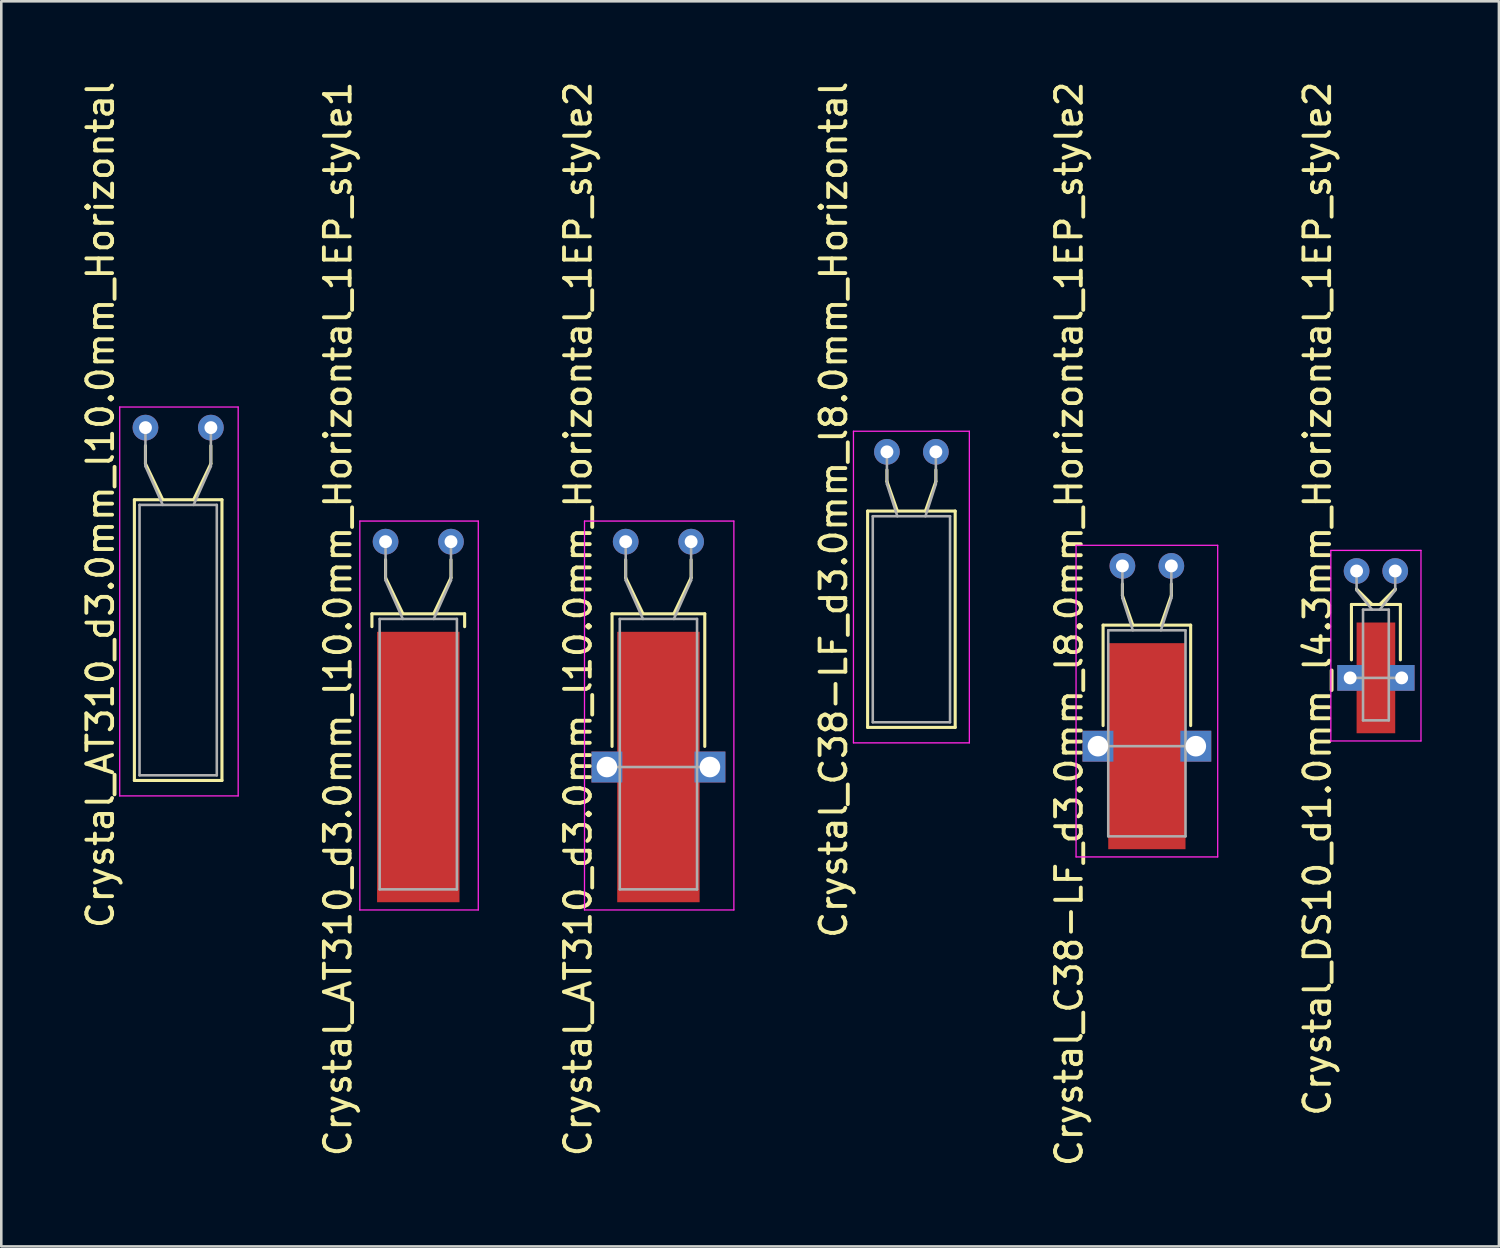
<source format=kicad_pcb>
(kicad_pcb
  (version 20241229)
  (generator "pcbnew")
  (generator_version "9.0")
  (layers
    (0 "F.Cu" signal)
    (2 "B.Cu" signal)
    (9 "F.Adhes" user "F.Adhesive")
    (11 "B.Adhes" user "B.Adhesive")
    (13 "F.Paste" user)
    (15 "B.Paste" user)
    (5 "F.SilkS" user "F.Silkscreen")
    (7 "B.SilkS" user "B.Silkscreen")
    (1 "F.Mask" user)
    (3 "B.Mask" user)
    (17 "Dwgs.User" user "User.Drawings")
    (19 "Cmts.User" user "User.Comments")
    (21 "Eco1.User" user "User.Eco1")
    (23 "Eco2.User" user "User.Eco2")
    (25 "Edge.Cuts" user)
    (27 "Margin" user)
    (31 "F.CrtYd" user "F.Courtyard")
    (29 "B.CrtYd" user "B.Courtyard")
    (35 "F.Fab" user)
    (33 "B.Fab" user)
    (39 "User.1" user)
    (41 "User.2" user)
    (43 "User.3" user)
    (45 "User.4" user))
  (footprint "Crystal_AT310_d3.0mm_l10.0mm_Horizontal_1EP_style1"
    (layer "F.Cu")
    (at 11.921 17.982)
    (property "Reference" "Crystal_AT310_d3.0mm_l10.0mm_Horizontal_1EP_style1" (at -1.85 3 90) (layer "F.SilkS") (effects (font (size 1 1) (thickness 0.15))))
    (attr through_hole)
    (fp_line (start -0.53 2.8) (end 3.07 2.8) (stroke (width 0.12) (type solid)) (layer "F.SilkS"))
    (fp_line (start -0.53 3.3) (end -0.53 2.8) (stroke (width 0.12) (type solid)) (layer "F.SilkS"))
    (fp_line (start 0 1.4) (end 0 0.7) (stroke (width 0.12) (type solid)) (layer "F.SilkS"))
    (fp_line (start 0.67 2.8) (end 0 1.4) (stroke (width 0.12) (type solid)) (layer "F.SilkS"))
    (fp_line (start 1.87 2.8) (end 2.54 1.4) (stroke (width 0.12) (type solid)) (layer "F.SilkS"))
    (fp_line (start 2.54 1.4) (end 2.54 0.7) (stroke (width 0.12) (type solid)) (layer "F.SilkS"))
    (fp_line (start 3.07 2.8) (end 3.07 3.3) (stroke (width 0.12) (type solid)) (layer "F.SilkS"))
    (fp_line (start -1 -0.8) (end -1 14.3) (stroke (width 0.05) (type solid)) (layer "F.CrtYd"))
    (fp_line (start -1 14.3) (end 3.6 14.3) (stroke (width 0.05) (type solid)) (layer "F.CrtYd"))
    (fp_line (start 3.6 -0.8) (end -1 -0.8) (stroke (width 0.05) (type solid)) (layer "F.CrtYd"))
    (fp_line (start 3.6 14.3) (end 3.6 -0.8) (stroke (width 0.05) (type solid)) (layer "F.CrtYd"))
    (fp_line (start -0.23 3) (end -0.23 13.5) (stroke (width 0.1) (type solid)) (layer "F.Fab"))
    (fp_line (start -0.23 13.5) (end 2.77 13.5) (stroke (width 0.1) (type solid)) (layer "F.Fab"))
    (fp_line (start 0 1.5) (end 0 0) (stroke (width 0.1) (type solid)) (layer "F.Fab"))
    (fp_line (start 0.67 3) (end 0 1.5) (stroke (width 0.1) (type solid)) (layer "F.Fab"))
    (fp_line (start 1.87 3) (end 2.54 1.5) (stroke (width 0.1) (type solid)) (layer "F.Fab"))
    (fp_line (start 2.54 1.5) (end 2.54 0) (stroke (width 0.1) (type solid)) (layer "F.Fab"))
    (fp_line (start 2.77 3) (end -0.23 3) (stroke (width 0.1) (type solid)) (layer "F.Fab"))
    (fp_line (start 2.77 13.5) (end 2.77 3) (stroke (width 0.1) (type solid)) (layer "F.Fab"))
    (pad "1" thru_hole circle (at 0 0) (size 1 1) (drill 0.5) (layers "*.Cu" "*.Mask"))
    (pad "2" thru_hole circle (at 2.54 0) (size 1 1) (drill 0.5) (layers "*.Cu" "*.Mask"))
    (pad "3" smd rect (at 1.27 8.75) (size 3.2 10.5) (layers "F.Cu" "F.Mask")))
  (footprint "Crystal_AT310_d3.0mm_l10.0mm_Horizontal"
    (layer "F.Cu")
    (at 2.598 13.554)
    (property "Reference" "Crystal_AT310_d3.0mm_l10.0mm_Horizontal" (at -1.75 3 90) (layer "F.SilkS") (effects (font (size 1 1) (thickness 0.15))))
    (attr through_hole)
    (fp_line (start -0.43 2.8) (end -0.43 13.7) (stroke (width 0.12) (type solid)) (layer "F.SilkS"))
    (fp_line (start -0.43 13.7) (end 2.97 13.7) (stroke (width 0.12) (type solid)) (layer "F.SilkS"))
    (fp_line (start 0 1.4) (end 0 0.7) (stroke (width 0.12) (type solid)) (layer "F.SilkS"))
    (fp_line (start 0.67 2.8) (end 0 1.4) (stroke (width 0.12) (type solid)) (layer "F.SilkS"))
    (fp_line (start 1.87 2.8) (end 2.54 1.4) (stroke (width 0.12) (type solid)) (layer "F.SilkS"))
    (fp_line (start 2.54 1.4) (end 2.54 0.7) (stroke (width 0.12) (type solid)) (layer "F.SilkS"))
    (fp_line (start 2.97 2.8) (end -0.43 2.8) (stroke (width 0.12) (type solid)) (layer "F.SilkS"))
    (fp_line (start 2.97 13.7) (end 2.97 2.8) (stroke (width 0.12) (type solid)) (layer "F.SilkS"))
    (fp_line (start -1 -0.8) (end -1 14.3) (stroke (width 0.05) (type solid)) (layer "F.CrtYd"))
    (fp_line (start -1 14.3) (end 3.6 14.3) (stroke (width 0.05) (type solid)) (layer "F.CrtYd"))
    (fp_line (start 3.6 -0.8) (end -1 -0.8) (stroke (width 0.05) (type solid)) (layer "F.CrtYd"))
    (fp_line (start 3.6 14.3) (end 3.6 -0.8) (stroke (width 0.05) (type solid)) (layer "F.CrtYd"))
    (fp_line (start -0.23 3) (end -0.23 13.5) (stroke (width 0.1) (type solid)) (layer "F.Fab"))
    (fp_line (start -0.23 13.5) (end 2.77 13.5) (stroke (width 0.1) (type solid)) (layer "F.Fab"))
    (fp_line (start 0 1.5) (end 0 0) (stroke (width 0.1) (type solid)) (layer "F.Fab"))
    (fp_line (start 0.67 3) (end 0 1.5) (stroke (width 0.1) (type solid)) (layer "F.Fab"))
    (fp_line (start 1.87 3) (end 2.54 1.5) (stroke (width 0.1) (type solid)) (layer "F.Fab"))
    (fp_line (start 2.54 1.5) (end 2.54 0) (stroke (width 0.1) (type solid)) (layer "F.Fab"))
    (fp_line (start 2.77 3) (end -0.23 3) (stroke (width 0.1) (type solid)) (layer "F.Fab"))
    (fp_line (start 2.77 13.5) (end 2.77 3) (stroke (width 0.1) (type solid)) (layer "F.Fab"))
    (pad "1" thru_hole circle (at 0 0) (size 1 1) (drill 0.5) (layers "*.Cu" "*.Mask"))
    (pad "2" thru_hole circle (at 2.54 0) (size 1 1) (drill 0.5) (layers "*.Cu" "*.Mask")))
  (footprint "Crystal_C38-LF_d3.0mm_l8.0mm_Horizontal"
    (layer "F.Cu")
    (at 31.388 14.494)
    (property "Reference" "Crystal_C38-LF_d3.0mm_l8.0mm_Horizontal" (at -2.07 2.25 90) (layer "F.SilkS") (effects (font (size 1 1) (thickness 0.15))))
    (attr through_hole)
    (fp_line (start -0.75 2.3) (end -0.75 10.7) (stroke (width 0.12) (type solid)) (layer "F.SilkS"))
    (fp_line (start -0.75 10.7) (end 2.65 10.7) (stroke (width 0.12) (type solid)) (layer "F.SilkS"))
    (fp_line (start 0 1.15) (end 0 0.7) (stroke (width 0.12) (type solid)) (layer "F.SilkS"))
    (fp_line (start 0.405 2.3) (end 0 1.15) (stroke (width 0.12) (type solid)) (layer "F.SilkS"))
    (fp_line (start 1.495 2.3) (end 1.9 1.15) (stroke (width 0.12) (type solid)) (layer "F.SilkS"))
    (fp_line (start 1.9 1.15) (end 1.9 0.7) (stroke (width 0.12) (type solid)) (layer "F.SilkS"))
    (fp_line (start 2.65 2.3) (end -0.75 2.3) (stroke (width 0.12) (type solid)) (layer "F.SilkS"))
    (fp_line (start 2.65 10.7) (end 2.65 2.3) (stroke (width 0.12) (type solid)) (layer "F.SilkS"))
    (fp_line (start -1.3 -0.8) (end -1.3 11.3) (stroke (width 0.05) (type solid)) (layer "F.CrtYd"))
    (fp_line (start -1.3 11.3) (end 3.2 11.3) (stroke (width 0.05) (type solid)) (layer "F.CrtYd"))
    (fp_line (start 3.2 -0.8) (end -1.3 -0.8) (stroke (width 0.05) (type solid)) (layer "F.CrtYd"))
    (fp_line (start 3.2 11.3) (end 3.2 -0.8) (stroke (width 0.05) (type solid)) (layer "F.CrtYd"))
    (fp_line (start -0.55 2.5) (end -0.55 10.5) (stroke (width 0.1) (type solid)) (layer "F.Fab"))
    (fp_line (start -0.55 10.5) (end 2.45 10.5) (stroke (width 0.1) (type solid)) (layer "F.Fab"))
    (fp_line (start 0 1.25) (end 0 0) (stroke (width 0.1) (type solid)) (layer "F.Fab"))
    (fp_line (start 0.405 2.5) (end 0 1.25) (stroke (width 0.1) (type solid)) (layer "F.Fab"))
    (fp_line (start 1.495 2.5) (end 1.9 1.25) (stroke (width 0.1) (type solid)) (layer "F.Fab"))
    (fp_line (start 1.9 1.25) (end 1.9 0) (stroke (width 0.1) (type solid)) (layer "F.Fab"))
    (fp_line (start 2.45 2.5) (end -0.55 2.5) (stroke (width 0.1) (type solid)) (layer "F.Fab"))
    (fp_line (start 2.45 10.5) (end 2.45 2.5) (stroke (width 0.1) (type solid)) (layer "F.Fab"))
    (pad "1" thru_hole circle (at 0 0) (size 1 1) (drill 0.5) (layers "*.Cu" "*.Mask"))
    (pad "2" thru_hole circle (at 1.9 0) (size 1 1) (drill 0.5) (layers "*.Cu" "*.Mask")))
  (footprint "Crystal_DS10_d1.0mm_l4.3mm_Horizontal_1EP_style2"
    (layer "F.Cu")
    (at 49.624 19.121)
    (property "Reference" "Crystal_DS10_d1.0mm_l4.3mm_Horizontal_1EP_style2" (at -1.52 1.075 90) (layer "F.SilkS") (effects (font (size 1 1) (thickness 0.15))))
    (attr through_hole)
    (fp_line (start -0.2 1.3) (end 1.7 1.3) (stroke (width 0.12) (type solid)) (layer "F.SilkS"))
    (fp_line (start -0.2 3.45) (end -0.2 1.3) (stroke (width 0.12) (type solid)) (layer "F.SilkS"))
    (fp_line (start 0 0.7) (end 0 0.7) (stroke (width 0.12) (type solid)) (layer "F.SilkS"))
    (fp_line (start 0.6 1.3) (end 0 0.7) (stroke (width 0.12) (type solid)) (layer "F.SilkS"))
    (fp_line (start 0.9 1.3) (end 1.5 0.7) (stroke (width 0.12) (type solid)) (layer "F.SilkS"))
    (fp_line (start 1.5 0.7) (end 1.5 0.7) (stroke (width 0.12) (type solid)) (layer "F.SilkS"))
    (fp_line (start 1.7 1.3) (end 1.7 3.45) (stroke (width 0.12) (type solid)) (layer "F.SilkS"))
    (fp_line (start -1 -0.8) (end -1 6.6) (stroke (width 0.05) (type solid)) (layer "F.CrtYd"))
    (fp_line (start -1 6.6) (end 2.5 6.6) (stroke (width 0.05) (type solid)) (layer "F.CrtYd"))
    (fp_line (start 2.5 -0.8) (end -1 -0.8) (stroke (width 0.05) (type solid)) (layer "F.CrtYd"))
    (fp_line (start 2.5 6.6) (end 2.5 -0.8) (stroke (width 0.05) (type solid)) (layer "F.CrtYd"))
    (fp_line (start -0.25 4.15) (end 1.75 4.15) (stroke (width 0.1) (type solid)) (layer "F.Fab"))
    (fp_line (start 0 0.75) (end 0 0) (stroke (width 0.1) (type solid)) (layer "F.Fab"))
    (fp_line (start 0.25 1.5) (end 0.25 5.8) (stroke (width 0.1) (type solid)) (layer "F.Fab"))
    (fp_line (start 0.25 5.8) (end 1.25 5.8) (stroke (width 0.1) (type solid)) (layer "F.Fab"))
    (fp_line (start 0.6 1.5) (end 0 0.75) (stroke (width 0.1) (type solid)) (layer "F.Fab"))
    (fp_line (start 0.9 1.5) (end 1.5 0.75) (stroke (width 0.1) (type solid)) (layer "F.Fab"))
    (fp_line (start 1.25 1.5) (end 0.25 1.5) (stroke (width 0.1) (type solid)) (layer "F.Fab"))
    (fp_line (start 1.25 5.8) (end 1.25 1.5) (stroke (width 0.1) (type solid)) (layer "F.Fab"))
    (fp_line (start 1.5 0.75) (end 1.5 0) (stroke (width 0.1) (type solid)) (layer "F.Fab"))
    (pad "1" thru_hole circle (at 0 0) (size 1 1) (drill 0.5) (layers "*.Cu" "*.Mask"))
    (pad "2" thru_hole circle (at 1.5 0) (size 1 1) (drill 0.5) (layers "*.Cu" "*.Mask"))
    (pad "3" thru_hole rect (at -0.25 4.15) (size 1 1) (drill 0.5) (layers "*.Cu" "*.Mask"))
    (pad "3" smd rect (at 0.75 4.15) (size 1.5 4.3) (layers "F.Cu" "F.Mask"))
    (pad "3" thru_hole rect (at 1.75 4.15) (size 1 1) (drill 0.5) (layers "*.Cu" "*.Mask")))
  (footprint "Crystal_C38-LF_d3.0mm_l8.0mm_Horizontal_1EP_style2"
    (layer "F.Cu")
    (at 40.531 18.923)
    (property "Reference" "Crystal_C38-LF_d3.0mm_l8.0mm_Horizontal_1EP_style2" (at -2.07 2.25 90) (layer "F.SilkS") (effects (font (size 1 1) (thickness 0.15))))
    (attr through_hole)
    (fp_line (start -0.75 2.3) (end 2.65 2.3) (stroke (width 0.12) (type solid)) (layer "F.SilkS"))
    (fp_line (start -0.75 6.2) (end -0.75 2.3) (stroke (width 0.12) (type solid)) (layer "F.SilkS"))
    (fp_line (start 0 1.15) (end 0 0.7) (stroke (width 0.12) (type solid)) (layer "F.SilkS"))
    (fp_line (start 0.405 2.3) (end 0 1.15) (stroke (width 0.12) (type solid)) (layer "F.SilkS"))
    (fp_line (start 1.495 2.3) (end 1.9 1.15) (stroke (width 0.12) (type solid)) (layer "F.SilkS"))
    (fp_line (start 1.9 1.15) (end 1.9 0.7) (stroke (width 0.12) (type solid)) (layer "F.SilkS"))
    (fp_line (start 2.65 2.3) (end 2.65 6.2) (stroke (width 0.12) (type solid)) (layer "F.SilkS"))
    (fp_line (start -1.8 -0.8) (end -1.8 11.3) (stroke (width 0.05) (type solid)) (layer "F.CrtYd"))
    (fp_line (start -1.8 11.3) (end 3.7 11.3) (stroke (width 0.05) (type solid)) (layer "F.CrtYd"))
    (fp_line (start 3.7 -0.8) (end -1.8 -0.8) (stroke (width 0.05) (type solid)) (layer "F.CrtYd"))
    (fp_line (start 3.7 11.3) (end 3.7 -0.8) (stroke (width 0.05) (type solid)) (layer "F.CrtYd"))
    (fp_line (start -0.95 7) (end 2.85 7) (stroke (width 0.1) (type solid)) (layer "F.Fab"))
    (fp_line (start -0.55 2.5) (end -0.55 10.5) (stroke (width 0.1) (type solid)) (layer "F.Fab"))
    (fp_line (start -0.55 10.5) (end 2.45 10.5) (stroke (width 0.1) (type solid)) (layer "F.Fab"))
    (fp_line (start 0 1.25) (end 0 0) (stroke (width 0.1) (type solid)) (layer "F.Fab"))
    (fp_line (start 0.405 2.5) (end 0 1.25) (stroke (width 0.1) (type solid)) (layer "F.Fab"))
    (fp_line (start 1.495 2.5) (end 1.9 1.25) (stroke (width 0.1) (type solid)) (layer "F.Fab"))
    (fp_line (start 1.9 1.25) (end 1.9 0) (stroke (width 0.1) (type solid)) (layer "F.Fab"))
    (fp_line (start 2.45 2.5) (end -0.55 2.5) (stroke (width 0.1) (type solid)) (layer "F.Fab"))
    (fp_line (start 2.45 10.5) (end 2.45 2.5) (stroke (width 0.1) (type solid)) (layer "F.Fab"))
    (pad "1" thru_hole circle (at 0 0) (size 1 1) (drill 0.5) (layers "*.Cu" "*.Mask"))
    (pad "2" thru_hole circle (at 1.9 0) (size 1 1) (drill 0.5) (layers "*.Cu" "*.Mask"))
    (pad "3" thru_hole rect (at -0.95 7) (size 1.2 1.2) (drill 0.8) (layers "*.Cu" "*.Mask"))
    (pad "3" smd rect (at 0.95 7) (size 3 8) (layers "F.Cu" "F.Mask"))
    (pad "3" thru_hole rect (at 2.85 7) (size 1.2 1.2) (drill 0.8) (layers "*.Cu" "*.Mask")))
  (footprint "Crystal_AT310_d3.0mm_l10.0mm_Horizontal_1EP_style2"
    (layer "F.Cu")
    (at 21.245 17.982)
    (property "Reference" "Crystal_AT310_d3.0mm_l10.0mm_Horizontal_1EP_style2" (at -1.85 3 90) (layer "F.SilkS") (effects (font (size 1 1) (thickness 0.15))))
    (attr through_hole)
    (fp_line (start -0.53 2.8) (end 3.07 2.8) (stroke (width 0.12) (type solid)) (layer "F.SilkS"))
    (fp_line (start -0.53 7.95) (end -0.53 2.8) (stroke (width 0.12) (type solid)) (layer "F.SilkS"))
    (fp_line (start 0 1.4) (end 0 0.7) (stroke (width 0.12) (type solid)) (layer "F.SilkS"))
    (fp_line (start 0.67 2.8) (end 0 1.4) (stroke (width 0.12) (type solid)) (layer "F.SilkS"))
    (fp_line (start 1.87 2.8) (end 2.54 1.4) (stroke (width 0.12) (type solid)) (layer "F.SilkS"))
    (fp_line (start 2.54 1.4) (end 2.54 0.7) (stroke (width 0.12) (type solid)) (layer "F.SilkS"))
    (fp_line (start 3.07 2.8) (end 3.07 7.95) (stroke (width 0.12) (type solid)) (layer "F.SilkS"))
    (fp_line (start -1.6 -0.8) (end -1.6 14.3) (stroke (width 0.05) (type solid)) (layer "F.CrtYd"))
    (fp_line (start -1.6 14.3) (end 4.2 14.3) (stroke (width 0.05) (type solid)) (layer "F.CrtYd"))
    (fp_line (start 4.2 -0.8) (end -1.6 -0.8) (stroke (width 0.05) (type solid)) (layer "F.CrtYd"))
    (fp_line (start 4.2 14.3) (end 4.2 -0.8) (stroke (width 0.05) (type solid)) (layer "F.CrtYd"))
    (fp_line (start -0.73 8.75) (end 3.27 8.75) (stroke (width 0.1) (type solid)) (layer "F.Fab"))
    (fp_line (start -0.23 3) (end -0.23 13.5) (stroke (width 0.1) (type solid)) (layer "F.Fab"))
    (fp_line (start -0.23 13.5) (end 2.77 13.5) (stroke (width 0.1) (type solid)) (layer "F.Fab"))
    (fp_line (start 0 1.5) (end 0 0) (stroke (width 0.1) (type solid)) (layer "F.Fab"))
    (fp_line (start 0.67 3) (end 0 1.5) (stroke (width 0.1) (type solid)) (layer "F.Fab"))
    (fp_line (start 1.87 3) (end 2.54 1.5) (stroke (width 0.1) (type solid)) (layer "F.Fab"))
    (fp_line (start 2.54 1.5) (end 2.54 0) (stroke (width 0.1) (type solid)) (layer "F.Fab"))
    (fp_line (start 2.77 3) (end -0.23 3) (stroke (width 0.1) (type solid)) (layer "F.Fab"))
    (fp_line (start 2.77 13.5) (end 2.77 3) (stroke (width 0.1) (type solid)) (layer "F.Fab"))
    (pad "1" thru_hole circle (at 0 0) (size 1 1) (drill 0.5) (layers "*.Cu" "*.Mask"))
    (pad "2" thru_hole circle (at 2.54 0) (size 1 1) (drill 0.5) (layers "*.Cu" "*.Mask"))
    (pad "3" thru_hole rect (at -0.73 8.75) (size 1.2 1.2) (drill 0.8) (layers "*.Cu" "*.Mask"))
    (pad "3" smd rect (at 1.27 8.75) (size 3.2 10.5) (layers "F.Cu" "F.Mask"))
    (pad "3" thru_hole rect (at 3.27 8.75) (size 1.2 1.2) (drill 0.8) (layers "*.Cu" "*.Mask")))
  (gr_rect
    (start -3 -3)
    (end 55.15 45.345)
    (stroke (width 0.1) (type default))
    (fill no)
    (layer "Edge.Cuts")))
</source>
